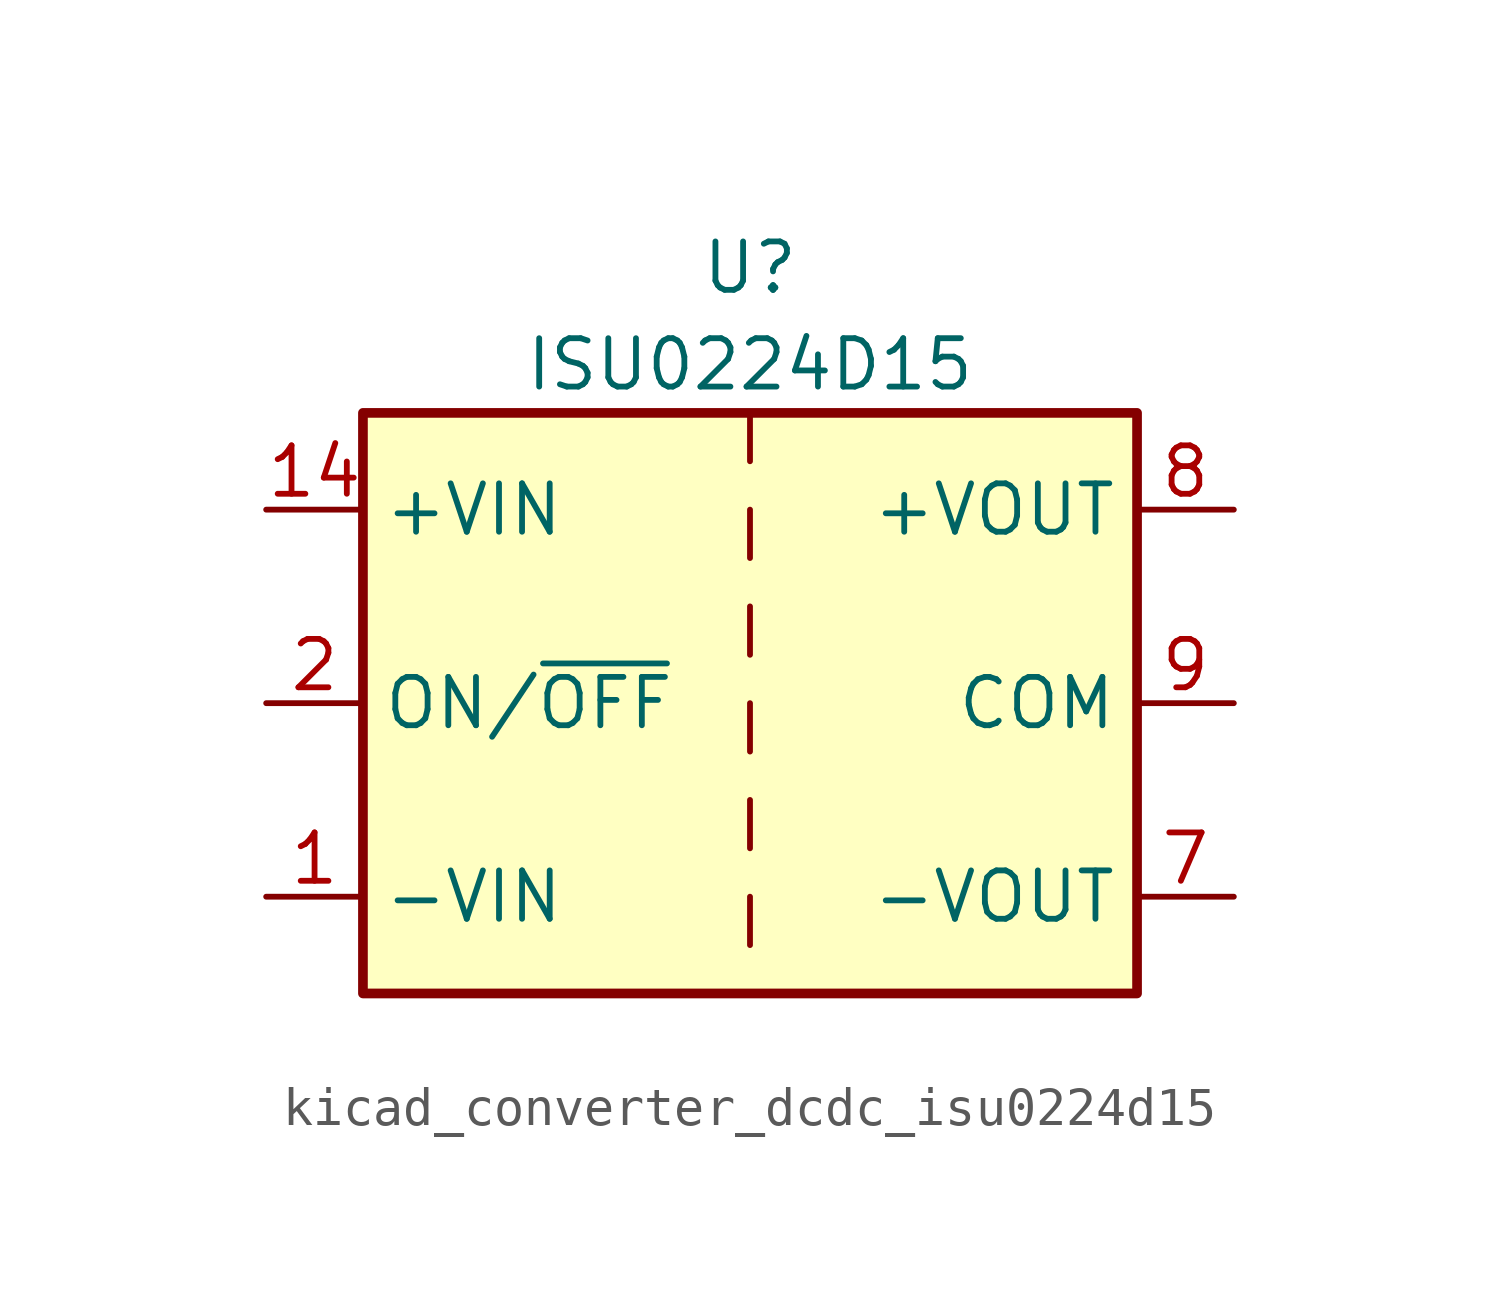
<source format=kicad_sym>
(kicad_symbol_lib
  (version 20220914)
  (generator kicad_symbol_editor)
  (symbol "kicad_converter_dcdc_isu0224d15"
    (property "Reference" "U"
      (at 0 11.43 0)
      (effects (font (size 1.27 1.27))))
    (property "Value" "ISU0224D15"
      (at 0 8.89 0)
      (effects (font (size 1.27 1.27))))
    (symbol "kicad_converter_dcdc_isu0224d15_0_1"
      (rectangle (start -10.16 7.62) (end 10.16 -7.62) (stroke (width 0.254) (type default)) (fill (type background)))
      (polyline (pts (xy 0 -5.08) (xy 0 -6.35)) (stroke (width 0) (type default)) (fill (type none)))
      (polyline (pts (xy 0 -2.54) (xy 0 -3.81)) (stroke (width 0) (type default)) (fill (type none)))
      (polyline (pts (xy 0 0) (xy 0 -1.27)) (stroke (width 0) (type default)) (fill (type none)))
      (polyline (pts (xy 0 2.54) (xy 0 1.27)) (stroke (width 0) (type default)) (fill (type none)))
      (polyline (pts (xy 0 5.08) (xy 0 3.81)) (stroke (width 0) (type default)) (fill (type none)))
      (polyline (pts (xy 0 7.62) (xy 0 6.35)) (stroke (width 0) (type default)) (fill (type none))))
    (symbol "kicad_converter_dcdc_isu0224d15_1_1"
      (pin power_in line (at -12.7 -5.08 0) (length 2.54) (name "-VIN" (effects (font (size 1.27 1.27)))) (number "1" (effects (font (size 1.27 1.27)))))
      (pin power_in line (at -12.7 5.08 0) (length 2.54) (name "+VIN" (effects (font (size 1.27 1.27)))) (number "14" (effects (font (size 1.27 1.27)))))
      (pin input line (at -12.7 0 0) (length 2.54) (name "ON/~{OFF}" (effects (font (size 1.27 1.27)))) (number "2" (effects (font (size 1.27 1.27)))))
      (pin passive line (at 12.7 0 180) (length 2.54) hide (name "COM" (effects (font (size 1.27 1.27)))) (number "6" (effects (font (size 1.27 1.27)))))
      (pin power_out line (at 12.7 -5.08 180) (length 2.54) (name "-VOUT" (effects (font (size 1.27 1.27)))) (number "7" (effects (font (size 1.27 1.27)))))
      (pin power_out line (at 12.7 5.08 180) (length 2.54) (name "+VOUT" (effects (font (size 1.27 1.27)))) (number "8" (effects (font (size 1.27 1.27)))))
      (pin power_out line (at 12.7 0 180) (length 2.54) (name "COM" (effects (font (size 1.27 1.27)))) (number "9" (effects (font (size 1.27 1.27))))))))
</source>
